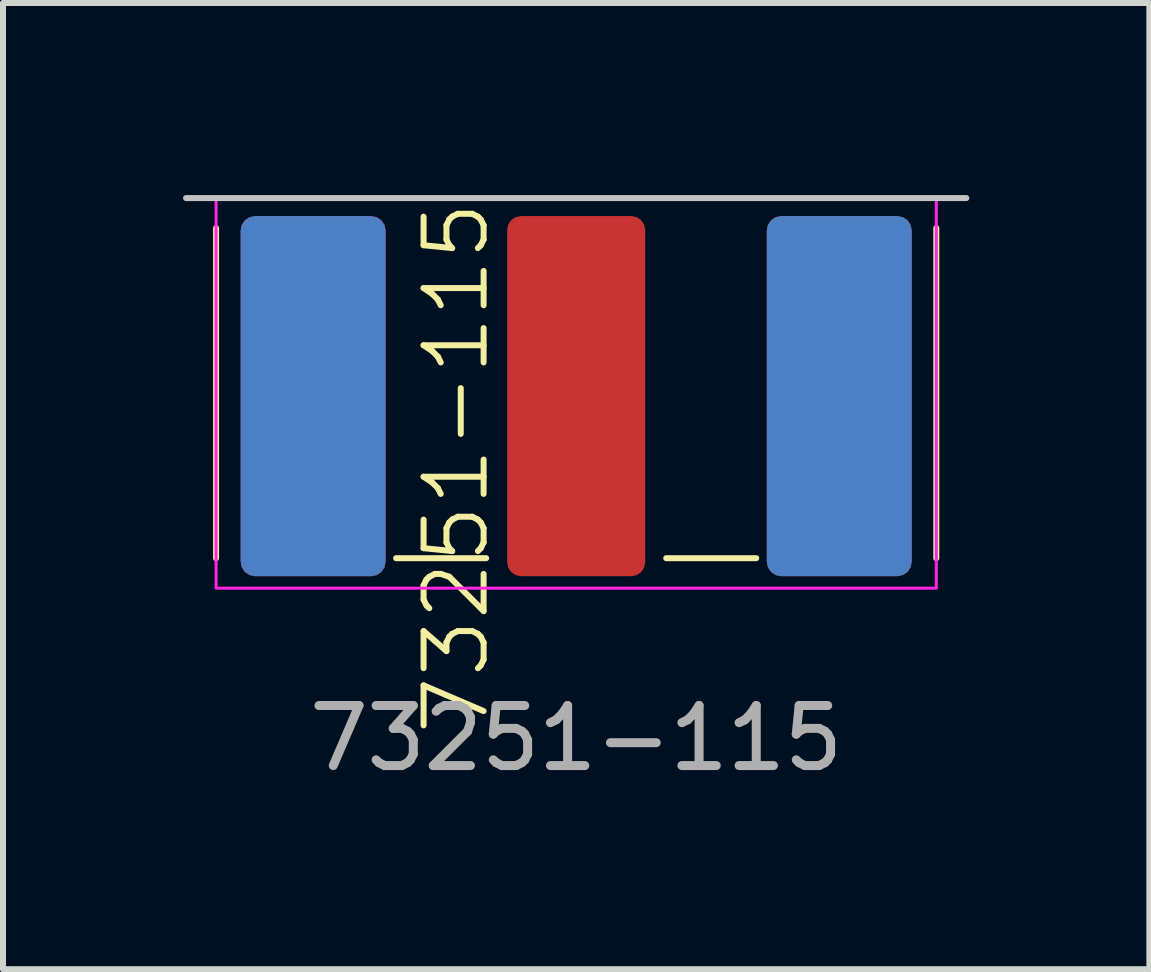
<source format=kicad_pcb>
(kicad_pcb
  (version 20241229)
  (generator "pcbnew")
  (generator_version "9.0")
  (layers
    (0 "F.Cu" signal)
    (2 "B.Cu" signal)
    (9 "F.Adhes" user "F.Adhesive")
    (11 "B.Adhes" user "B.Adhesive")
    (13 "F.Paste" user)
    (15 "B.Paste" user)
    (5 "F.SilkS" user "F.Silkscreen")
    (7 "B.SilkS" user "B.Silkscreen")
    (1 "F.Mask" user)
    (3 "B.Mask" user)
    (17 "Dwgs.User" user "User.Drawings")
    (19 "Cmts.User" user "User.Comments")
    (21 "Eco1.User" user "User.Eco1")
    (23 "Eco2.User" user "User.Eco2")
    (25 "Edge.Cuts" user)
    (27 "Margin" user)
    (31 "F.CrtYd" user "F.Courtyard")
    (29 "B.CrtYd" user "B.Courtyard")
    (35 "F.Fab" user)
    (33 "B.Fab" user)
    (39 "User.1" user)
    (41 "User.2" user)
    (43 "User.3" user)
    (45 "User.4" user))
  (footprint "73251-115"
    (layer "F.Cu")
    (at 6.55 0.25)
    (property "Reference" "73251-115" (at -2 4.5 90) (unlocked yes) (layer "F.SilkS") (effects (font (size 1 1) (thickness 0.1))))
    (attr smd)
    (fp_line (start -6 0.5) (end -6 6) (stroke (width 0.1) (type default)) (layer "F.SilkS"))
    (fp_line (start -3 6) (end -1.5 6) (stroke (width 0.1) (type default)) (layer "F.SilkS"))
    (fp_line (start 1.5 6) (end 3 6) (stroke (width 0.1) (type default)) (layer "F.SilkS"))
    (fp_line (start 6 0.5) (end 6 6) (stroke (width 0.1) (type default)) (layer "F.SilkS"))
    (fp_line (start -6.5 0) (end 6.5 0) (stroke (width 0.1) (type default)) (layer "Dwgs.User"))
    (fp_rect (start -6 0) (end 6 6.5) (stroke (width 0.05) (type default)) (fill no) (layer "F.CrtYd"))
    (fp_text user "${REFERENCE}" (at 0 9 0) (unlocked yes) (layer "F.Fab") (effects (font (size 1 1) (thickness 0.15))))
    (pad "1" smd roundrect (at 0 3.3) (size 2.3 6) (layers "F.Cu" "F.Mask" "F.Paste") (roundrect_rratio 0.1))
    (pad "2" smd roundrect (at -4.383 3.3) (size 2.415 6) (layers "F.Cu" "F.Mask" "F.Paste") (roundrect_rratio 0.1))
    (pad "3" smd roundrect (at -4.383 3.3) (size 2.415 6) (layers "B.Cu" "B.Mask" "B.Paste") (roundrect_rratio 0.1))
    (pad "4" smd roundrect (at 4.383 3.3) (size 2.415 6) (layers "F.Cu" "F.Mask" "F.Paste") (roundrect_rratio 0.1))
    (pad "5" smd roundrect (at 4.383 3.3) (size 2.415 6) (layers "B.Cu" "B.Mask" "B.Paste") (roundrect_rratio 0.1)))
  (gr_rect
    (start -3 -3)
    (end 16.1 13.098)
    (stroke (width 0.1) (type default))
    (fill no)
    (layer "Edge.Cuts")))
</source>
